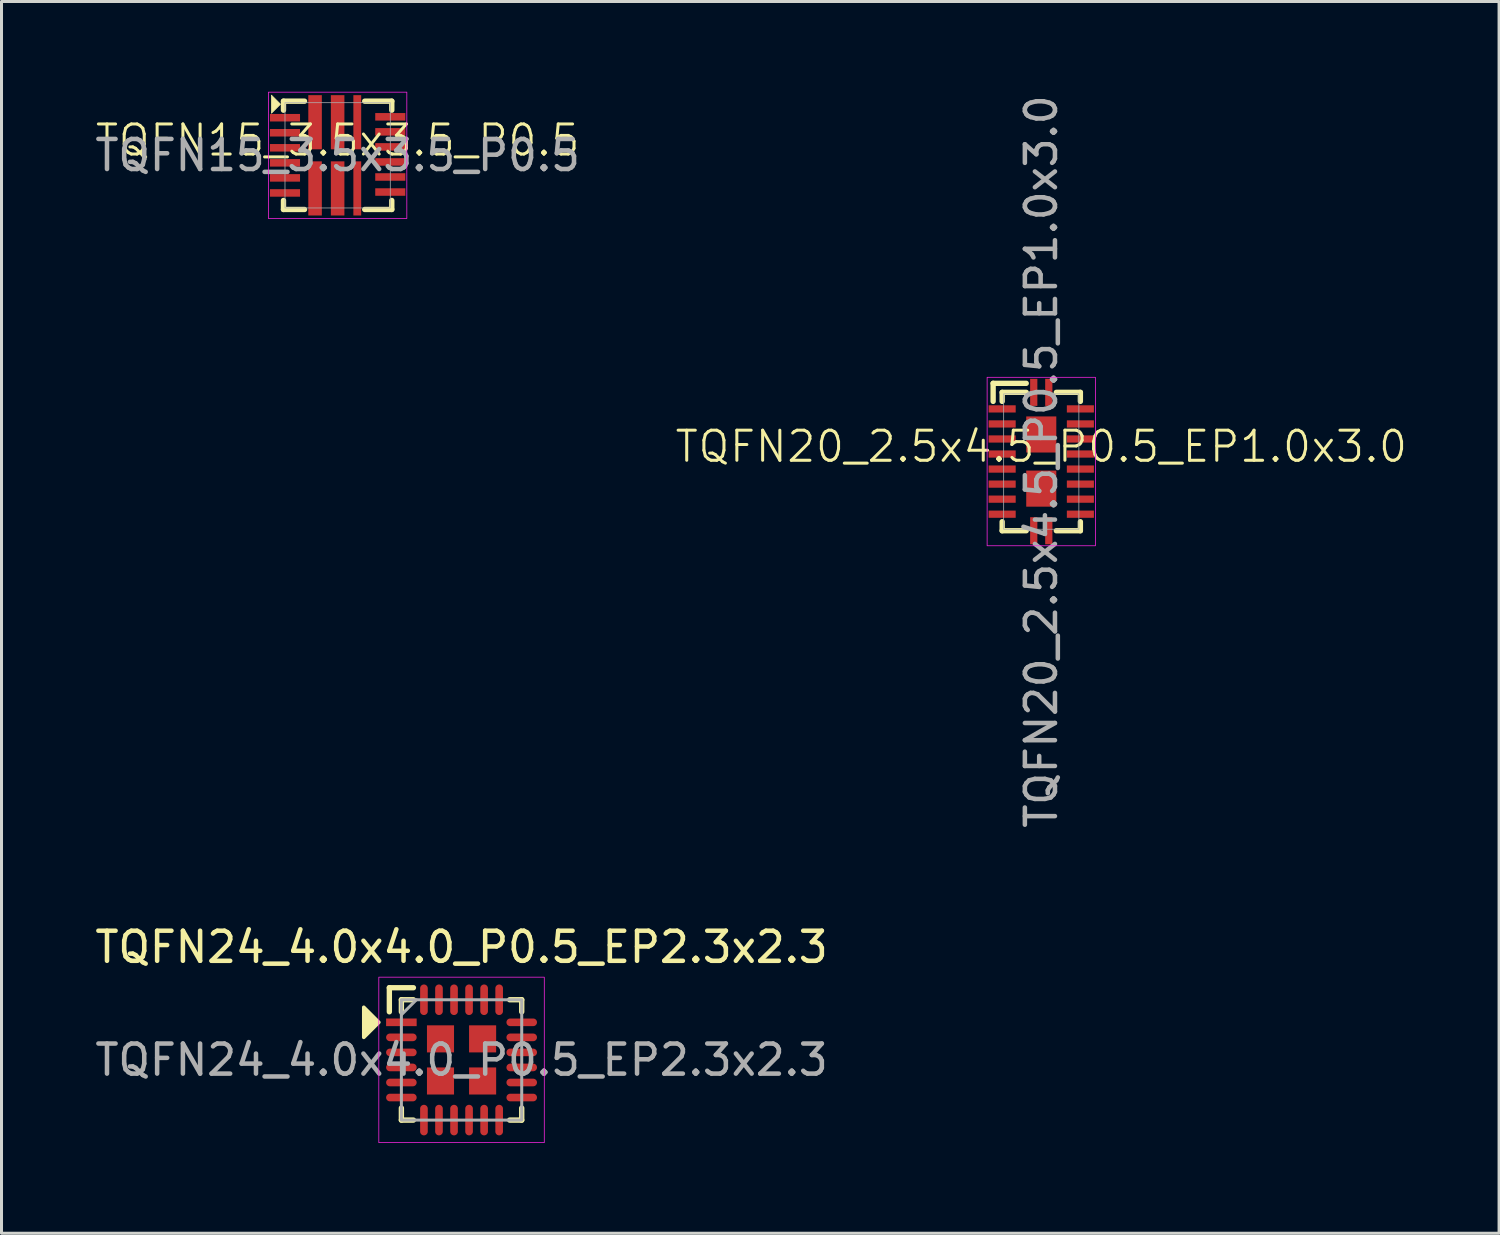
<source format=kicad_pcb>
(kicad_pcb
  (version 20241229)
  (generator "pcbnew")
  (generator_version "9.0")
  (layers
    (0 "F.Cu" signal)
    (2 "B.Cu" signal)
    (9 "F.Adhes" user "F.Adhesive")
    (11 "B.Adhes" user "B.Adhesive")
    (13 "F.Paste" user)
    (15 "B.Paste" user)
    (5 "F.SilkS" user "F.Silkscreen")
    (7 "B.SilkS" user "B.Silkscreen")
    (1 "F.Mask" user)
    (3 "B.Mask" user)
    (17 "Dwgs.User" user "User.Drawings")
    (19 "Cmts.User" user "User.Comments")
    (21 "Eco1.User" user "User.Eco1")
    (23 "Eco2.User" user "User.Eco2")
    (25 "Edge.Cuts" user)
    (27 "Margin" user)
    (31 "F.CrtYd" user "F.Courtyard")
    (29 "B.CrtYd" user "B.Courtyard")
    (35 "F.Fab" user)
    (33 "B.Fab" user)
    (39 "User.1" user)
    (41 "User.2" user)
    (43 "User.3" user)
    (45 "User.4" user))
  (footprint "TQFN20_2.5x4.5_P0.5_EP1.0x3.0"
    (layer "F.Cu")
    (at 31.562 12.292)
    (property "Reference" "TQFN20_2.5x4.5_P0.5_EP1.0x3.0" (at 0 -0.5 0) (unlocked yes) (layer "F.SilkS") (effects (font (size 1 1) (thickness 0.1))))
    (attr smd)
    (fp_line (start -1.6 -2.6) (end -0.5 -2.6) (stroke (width 0.178) (type solid)) (layer "F.SilkS"))
    (fp_line (start -1.6 -2) (end -1.6 -2.6) (stroke (width 0.178) (type solid)) (layer "F.SilkS"))
    (fp_line (start -1.3 -2.3) (end -0.5 -2.3) (stroke (width 0.178) (type solid)) (layer "F.SilkS"))
    (fp_line (start -1.3 -2) (end -1.3 -2.3) (stroke (width 0.178) (type solid)) (layer "F.SilkS"))
    (fp_line (start -1.3 2) (end -1.3 2.3) (stroke (width 0.178) (type solid)) (layer "F.SilkS"))
    (fp_line (start -1.3 2.3) (end -0.5 2.3) (stroke (width 0.178) (type solid)) (layer "F.SilkS"))
    (fp_line (start 0.5 2.3) (end 1.3 2.3) (stroke (width 0.178) (type solid)) (layer "F.SilkS"))
    (fp_line (start 1.3 -2.3) (end 0.5 -2.3) (stroke (width 0.178) (type solid)) (layer "F.SilkS"))
    (fp_line (start 1.3 -2) (end 1.3 -2.3) (stroke (width 0.178) (type solid)) (layer "F.SilkS"))
    (fp_line (start 1.3 2.3) (end 1.3 2) (stroke (width 0.178) (type solid)) (layer "F.SilkS"))
    (fp_rect (start -1.8 -2.8) (end 1.8 2.8) (stroke (width 0.025) (type solid)) (fill no) (layer "F.CrtYd"))
    (fp_rect (start -1.25 -2.25) (end 1.25 2.25) (stroke (width 0.025) (type solid)) (fill no) (layer "F.Fab"))
    (fp_text user "${REFERENCE}" (at 0 0 90) (unlocked yes) (layer "F.Fab") (effects (font (size 1 1) (thickness 0.15))))
    (pad "1" smd rect (at -0.25 -2.3) (size 0.24 0.9) (layers "F.Cu" "F.Mask" "F.Paste"))
    (pad "2" smd rect (at -1.3 -1.75) (size 0.9 0.24) (layers "F.Cu" "F.Mask" "F.Paste"))
    (pad "3" smd rect (at -1.3 -1.25) (size 0.9 0.24) (layers "F.Cu" "F.Mask" "F.Paste"))
    (pad "4" smd rect (at -1.3 -0.75) (size 0.9 0.24) (layers "F.Cu" "F.Mask" "F.Paste"))
    (pad "5" smd rect (at -1.3 -0.25) (size 0.9 0.24) (layers "F.Cu" "F.Mask" "F.Paste"))
    (pad "6" smd rect (at -1.3 0.25) (size 0.9 0.24) (layers "F.Cu" "F.Mask" "F.Paste"))
    (pad "7" smd rect (at -1.3 0.75) (size 0.9 0.24) (layers "F.Cu" "F.Mask" "F.Paste"))
    (pad "8" smd rect (at -1.3 1.25) (size 0.9 0.24) (layers "F.Cu" "F.Mask" "F.Paste"))
    (pad "9" smd rect (at -1.3 1.75) (size 0.9 0.24) (layers "F.Cu" "F.Mask" "F.Paste"))
    (pad "10" smd rect (at -0.25 2.3) (size 0.24 0.9) (layers "F.Cu" "F.Mask" "F.Paste"))
    (pad "11" smd rect (at 0.25 2.3) (size 0.24 0.9) (layers "F.Cu" "F.Mask" "F.Paste"))
    (pad "12" smd rect (at 1.3 1.75) (size 0.9 0.24) (layers "F.Cu" "F.Mask" "F.Paste"))
    (pad "13" smd rect (at 1.3 1.25) (size 0.9 0.24) (layers "F.Cu" "F.Mask" "F.Paste"))
    (pad "14" smd rect (at 1.3 0.75) (size 0.9 0.24) (layers "F.Cu" "F.Mask" "F.Paste"))
    (pad "15" smd rect (at 1.3 0.25) (size 0.9 0.24) (layers "F.Cu" "F.Mask" "F.Paste"))
    (pad "16" smd rect (at 1.3 -0.25) (size 0.9 0.24) (layers "F.Cu" "F.Mask" "F.Paste"))
    (pad "17" smd rect (at 1.3 -0.75) (size 0.9 0.24) (layers "F.Cu" "F.Mask" "F.Paste"))
    (pad "18" smd rect (at 1.3 -1.25) (size 0.9 0.24) (layers "F.Cu" "F.Mask" "F.Paste"))
    (pad "19" smd rect (at 1.3 -1.75) (size 0.9 0.24) (layers "F.Cu" "F.Mask" "F.Paste"))
    (pad "20" smd rect (at 0.25 -2.3) (size 0.24 0.9) (layers "F.Cu" "F.Mask" "F.Paste"))
    (pad "21" smd rect (at 0 -0.9) (size 1 1.2) (layers "F.Cu" "F.Mask" "F.Paste"))
    (pad "21" smd rect (at 0 0.9) (size 1 1.2) (layers "F.Cu" "F.Mask" "F.Paste")))
  (footprint "TQFN15_3.5x3.5_P0.5"
    (layer "F.Cu")
    (at 8.173 2.113)
    (property "Reference" "TQFN15_3.5x3.5_P0.5" (at 0 -0.5 0) (unlocked yes) (layer "F.SilkS") (effects (font (size 1 1) (thickness 0.1))))
    (attr smd)
    (fp_line (start -1.8 -1.8) (end -1.8 -1.5) (stroke (width 0.178) (type default)) (layer "F.SilkS"))
    (fp_line (start -1.8 1.5) (end -1.8 1.8) (stroke (width 0.178) (type default)) (layer "F.SilkS"))
    (fp_line (start -1.8 1.8) (end -1.1 1.8) (stroke (width 0.178) (type default)) (layer "F.SilkS"))
    (fp_line (start -1.1 -1.8) (end -1.8 -1.8) (stroke (width 0.178) (type default)) (layer "F.SilkS"))
    (fp_line (start 0.9 -1.8) (end 1.8 -1.8) (stroke (width 0.178) (type default)) (layer "F.SilkS"))
    (fp_line (start 0.9 1.8) (end 1.8 1.8) (stroke (width 0.178) (type default)) (layer "F.SilkS"))
    (fp_line (start 1.8 -1.8) (end 1.8 -1.5) (stroke (width 0.178) (type default)) (layer "F.SilkS"))
    (fp_line (start 1.8 1.8) (end 1.8 1.5) (stroke (width 0.178) (type default)) (layer "F.SilkS"))
    (fp_poly (pts (xy -1.9 -1.7) (xy -2.2 -2) (xy -2.2 -1.4)) (stroke (width 0.025) (type solid)) (fill yes) (layer "F.SilkS"))
    (fp_rect (start -2.3 -2.1) (end 2.3 2.1) (stroke (width 0.025) (type default)) (fill no) (layer "F.CrtYd"))
    (fp_rect (start -1.75 -1.75) (end 1.75 1.75) (stroke (width 0.025) (type default)) (fill no) (layer "F.Fab"))
    (fp_text user "${REFERENCE}" (at 0 0 0) (unlocked yes) (layer "F.Fab") (effects (font (size 1 1) (thickness 0.15))))
    (pad "1" smd rect (at -1.75 -1.25) (size 1 0.25) (layers "F.Cu" "F.Mask" "F.Paste"))
    (pad "2" smd rect (at -1.75 -0.75) (size 1 0.25) (layers "F.Cu" "F.Mask" "F.Paste"))
    (pad "3" smd rect (at -1.75 -0.25) (size 1 0.25) (layers "F.Cu" "F.Mask" "F.Paste"))
    (pad "4" smd rect (at -1.75 0.25) (size 1 0.25) (layers "F.Cu" "F.Mask" "F.Paste"))
    (pad "5" smd rect (at -1.75 0.75) (size 1 0.25) (layers "F.Cu" "F.Mask" "F.Paste"))
    (pad "6" smd rect (at -1.75 1.25) (size 1 0.25) (layers "F.Cu" "F.Mask" "F.Paste"))
    (pad "7" smd rect (at -0.75 -1.1) (size 0.45 1.8) (layers "F.Cu" "F.Mask" "F.Paste"))
    (pad "7" smd rect (at -0.75 1.1) (size 0.45 1.8) (layers "F.Cu" "F.Mask" "F.Paste"))
    (pad "8" smd rect (at 0 -1.1) (size 0.45 1.8) (layers "F.Cu" "F.Mask" "F.Paste"))
    (pad "8" smd rect (at 0 1.1) (size 0.45 1.8) (layers "F.Cu" "F.Mask" "F.Paste"))
    (pad "9" smd rect (at 0.653 -1.1) (size 0.26 1.8) (layers "F.Cu" "F.Mask" "F.Paste"))
    (pad "9" smd rect (at 0.653 1.1) (size 0.26 1.8) (layers "F.Cu" "F.Mask" "F.Paste"))
    (pad "10" smd rect (at 1.75 1.22) (size 1 0.25) (layers "F.Cu" "F.Mask" "F.Paste"))
    (pad "11" smd rect (at 1.75 0.72) (size 1 0.25) (layers "F.Cu" "F.Mask" "F.Paste"))
    (pad "12" smd rect (at 1.75 0.22) (size 1 0.25) (layers "F.Cu" "F.Mask" "F.Paste"))
    (pad "13" smd rect (at 1.75 -0.28) (size 1 0.25) (layers "F.Cu" "F.Mask" "F.Paste"))
    (pad "14" smd rect (at 1.75 -0.78) (size 1 0.25) (layers "F.Cu" "F.Mask" "F.Paste"))
    (pad "15" smd rect (at 1.75 -1.28) (size 1 0.25) (layers "F.Cu" "F.Mask" "F.Paste")))
  (footprint "TQFN24_4.0x4.0_P0.5_EP2.3x2.3"
    (layer "F.Cu")
    (at 12.292 32.182)
    (property "Reference" "TQFN24_4.0x4.0_P0.5_EP2.3x2.3" (at 0 -3.75 0) (unlocked yes) (layer "F.SilkS") (effects (font (size 1 1) (thickness 0.15))))
    (attr smd)
    (fp_line (start -2.4 -2.4) (end -1.6 -2.4) (stroke (width 0.178) (type solid)) (layer "F.SilkS"))
    (fp_line (start -2.4 -1.6) (end -2.4 -2.4) (stroke (width 0.178) (type solid)) (layer "F.SilkS"))
    (fp_line (start -2 -2) (end -1.6 -2) (stroke (width 0.178) (type solid)) (layer "F.SilkS"))
    (fp_line (start -2 -1.6) (end -2 -2) (stroke (width 0.178) (type solid)) (layer "F.SilkS"))
    (fp_line (start -2 1.6) (end -2 2) (stroke (width 0.178) (type solid)) (layer "F.SilkS"))
    (fp_line (start -2 2) (end -1.6 2) (stroke (width 0.178) (type solid)) (layer "F.SilkS"))
    (fp_line (start 1.6 -2) (end 2 -2) (stroke (width 0.178) (type solid)) (layer "F.SilkS"))
    (fp_line (start 2 -2) (end 2 -1.6) (stroke (width 0.178) (type solid)) (layer "F.SilkS"))
    (fp_line (start 2 1.6) (end 2 2) (stroke (width 0.178) (type solid)) (layer "F.SilkS"))
    (fp_line (start 2 2) (end 1.6 2) (stroke (width 0.178) (type solid)) (layer "F.SilkS"))
    (fp_poly (pts (xy -2.75 -1.25) (xy -3.25 -0.75) (xy -3.25 -1.75)) (stroke (width 0.12) (type solid)) (fill yes) (layer "F.SilkS"))
    (fp_rect (start -2.75 -2.75) (end 2.75 2.75) (stroke (width 0.025) (type solid)) (fill no) (layer "F.CrtYd"))
    (fp_line (start -2 -1.5) (end -1.5 -2) (stroke (width 0.1) (type solid)) (layer "F.Fab"))
    (fp_rect (start -2 -2) (end 2 2) (stroke (width 0.1) (type solid)) (fill no) (layer "F.Fab"))
    (fp_text user "${REFERENCE}" (at 0 0 0) (unlocked yes) (layer "F.Fab") (effects (font (size 1 1) (thickness 0.15))))
    (pad "1" smd rect (at -2 -1.25) (size 1.016 0.254) (layers "F.Cu" "F.Mask" "F.Paste"))
    (pad "2" smd oval (at -2 -0.75) (size 1.016 0.254) (layers "F.Cu" "F.Mask" "F.Paste"))
    (pad "3" smd oval (at -2 -0.25) (size 1.016 0.254) (layers "F.Cu" "F.Mask" "F.Paste"))
    (pad "4" smd oval (at -2 0.25) (size 1.016 0.254) (layers "F.Cu" "F.Mask" "F.Paste"))
    (pad "5" smd oval (at -2 0.75) (size 1.016 0.254) (layers "F.Cu" "F.Mask" "F.Paste"))
    (pad "6" smd oval (at -2 1.25) (size 1.016 0.254) (layers "F.Cu" "F.Mask" "F.Paste"))
    (pad "7" smd oval (at -1.25 2) (size 0.254 1.016) (layers "F.Cu" "F.Mask" "F.Paste"))
    (pad "8" smd oval (at -0.75 2) (size 0.254 1.016) (layers "F.Cu" "F.Mask" "F.Paste"))
    (pad "9" smd oval (at -0.25 2) (size 0.254 1.016) (layers "F.Cu" "F.Mask" "F.Paste"))
    (pad "10" smd oval (at 0.25 2) (size 0.254 1.016) (layers "F.Cu" "F.Mask" "F.Paste"))
    (pad "11" smd oval (at 0.75 2) (size 0.254 1.016) (layers "F.Cu" "F.Mask" "F.Paste"))
    (pad "12" smd oval (at 1.25 2) (size 0.254 1.016) (layers "F.Cu" "F.Mask" "F.Paste"))
    (pad "13" smd oval (at 2 1.25) (size 1.016 0.254) (layers "F.Cu" "F.Mask" "F.Paste"))
    (pad "14" smd oval (at 2 0.75) (size 1.016 0.254) (layers "F.Cu" "F.Mask" "F.Paste"))
    (pad "15" smd oval (at 2 0.25) (size 1.016 0.254) (layers "F.Cu" "F.Mask" "F.Paste"))
    (pad "16" smd oval (at 2 -0.25) (size 1.016 0.254) (layers "F.Cu" "F.Mask" "F.Paste"))
    (pad "17" smd oval (at 2 -0.75) (size 1.016 0.254) (layers "F.Cu" "F.Mask" "F.Paste"))
    (pad "18" smd oval (at 2 -1.25) (size 1.016 0.254) (layers "F.Cu" "F.Mask" "F.Paste"))
    (pad "19" smd oval (at 1.25 -2) (size 0.254 1.016) (layers "F.Cu" "F.Mask" "F.Paste"))
    (pad "20" smd oval (at 0.75 -2) (size 0.254 1.016) (layers "F.Cu" "F.Mask" "F.Paste"))
    (pad "21" smd oval (at 0.25 -2) (size 0.254 1.016) (layers "F.Cu" "F.Mask" "F.Paste"))
    (pad "22" smd oval (at -0.25 -2) (size 0.254 1.016) (layers "F.Cu" "F.Mask" "F.Paste"))
    (pad "23" smd oval (at -0.75 -2) (size 0.254 1.016) (layers "F.Cu" "F.Mask" "F.Paste"))
    (pad "24" smd oval (at -1.25 -2) (size 0.254 1.016) (layers "F.Cu" "F.Mask" "F.Paste"))
    (pad "25" smd rect (at -0.7 -0.7) (size 0.9 0.9) (layers "F.Cu" "F.Mask" "F.Paste"))
    (pad "25" smd rect (at -0.7 0.7) (size 0.9 0.9) (layers "F.Cu" "F.Mask" "F.Paste"))
    (pad "25" smd rect (at 0.7 -0.7) (size 0.9 0.9) (layers "F.Cu" "F.Mask" "F.Paste"))
    (pad "25" smd rect (at 0.7 0.7) (size 0.9 0.9) (layers "F.Cu" "F.Mask" "F.Paste")))
  (gr_rect
    (start -3 -3)
    (end 46.779 37.944)
    (stroke (width 0.1) (type default))
    (fill no)
    (layer "Edge.Cuts")))
</source>
